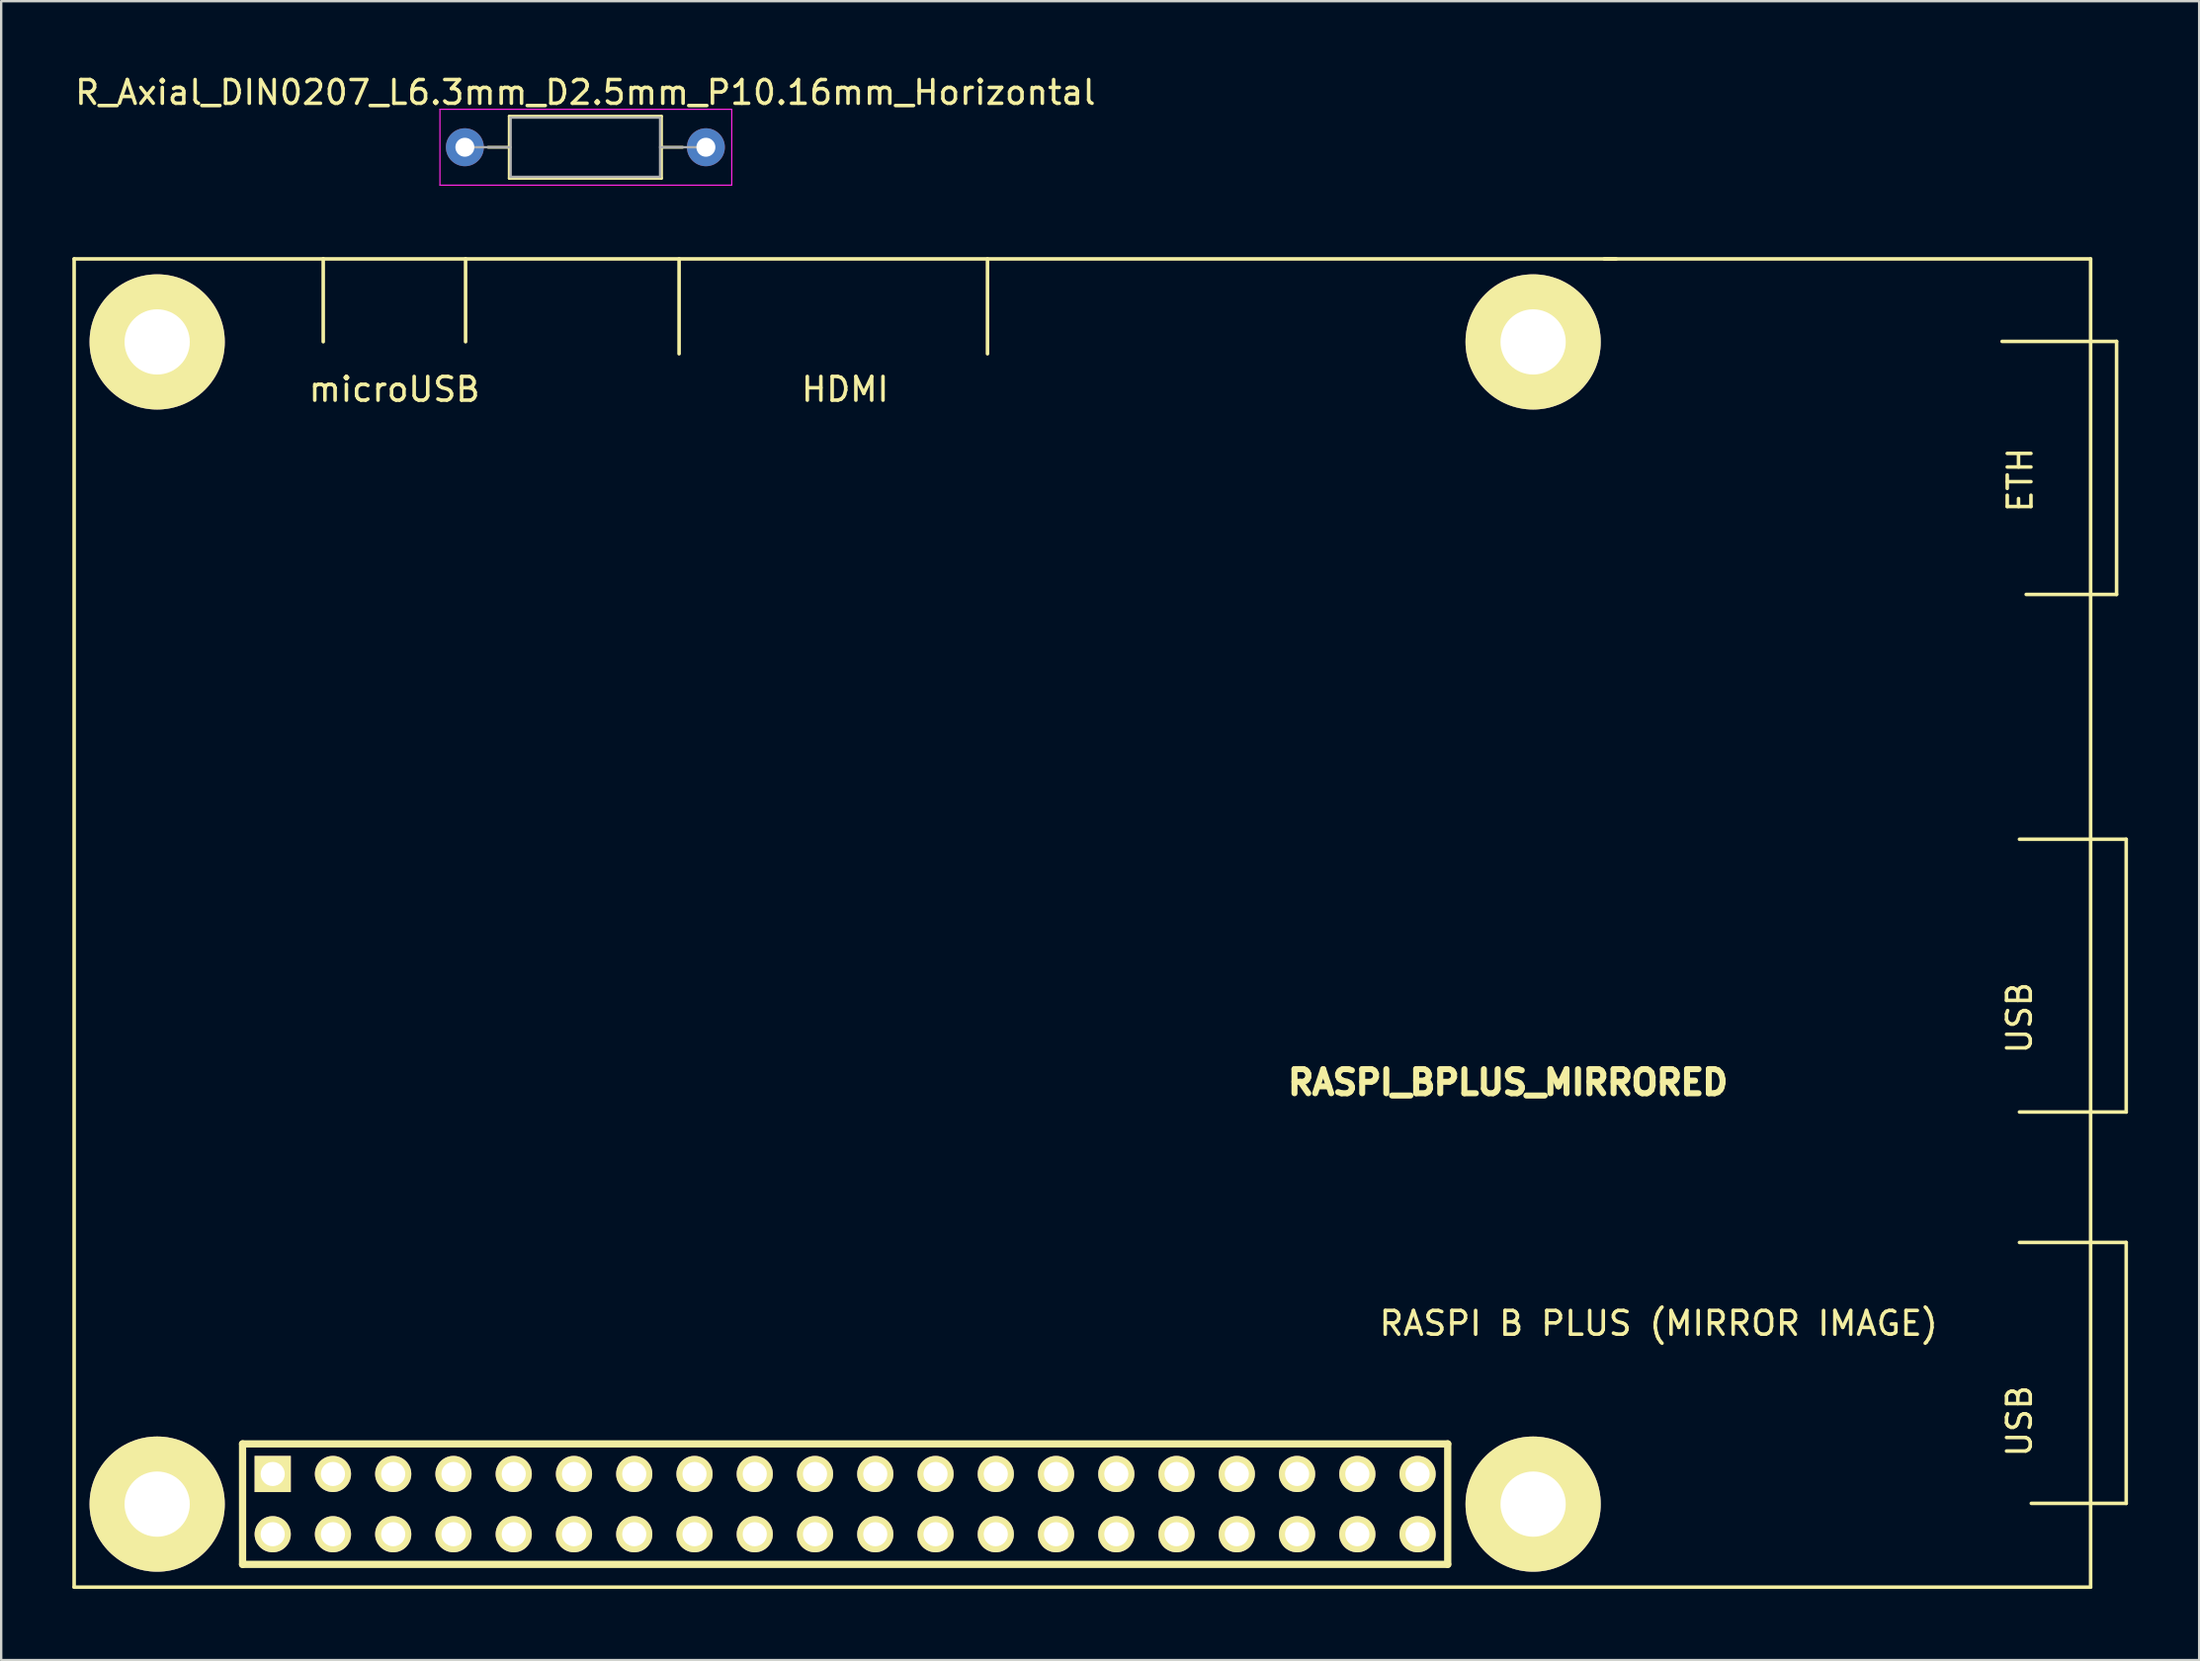
<source format=kicad_pcb>
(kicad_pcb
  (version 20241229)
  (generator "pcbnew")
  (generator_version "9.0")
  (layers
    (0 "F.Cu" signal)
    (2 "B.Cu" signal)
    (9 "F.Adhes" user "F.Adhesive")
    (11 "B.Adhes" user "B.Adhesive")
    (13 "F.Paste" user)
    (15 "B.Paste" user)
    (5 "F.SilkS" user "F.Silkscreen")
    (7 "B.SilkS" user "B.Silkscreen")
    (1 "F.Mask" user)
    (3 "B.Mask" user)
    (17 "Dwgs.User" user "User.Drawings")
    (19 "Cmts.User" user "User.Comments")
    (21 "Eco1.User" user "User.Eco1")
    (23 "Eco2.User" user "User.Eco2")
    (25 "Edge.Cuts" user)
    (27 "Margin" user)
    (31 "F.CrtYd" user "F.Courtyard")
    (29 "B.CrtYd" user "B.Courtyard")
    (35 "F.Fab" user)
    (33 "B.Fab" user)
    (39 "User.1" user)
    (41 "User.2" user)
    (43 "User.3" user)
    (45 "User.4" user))
  (footprint "R_Axial_DIN0207_L6.3mm_D2.5mm_P10.16mm_Horizontal"
    (layer "F.Cu")
    (at 16.545 3.158)
    (property "Reference" "R_Axial_DIN0207_L6.3mm_D2.5mm_P10.16mm_Horizontal" (at 5.08 -2.31 0) (layer "F.SilkS") (effects (font (size 1 1) (thickness 0.15))))
    (attr through_hole)
    (fp_line (start 0.98 0) (end 1.87 0) (stroke (width 0.12) (type solid)) (layer "F.SilkS"))
    (fp_line (start 1.87 -1.31) (end 1.87 1.31) (stroke (width 0.12) (type solid)) (layer "F.SilkS"))
    (fp_line (start 1.87 1.31) (end 8.29 1.31) (stroke (width 0.12) (type solid)) (layer "F.SilkS"))
    (fp_line (start 8.29 -1.31) (end 1.87 -1.31) (stroke (width 0.12) (type solid)) (layer "F.SilkS"))
    (fp_line (start 8.29 1.31) (end 8.29 -1.31) (stroke (width 0.12) (type solid)) (layer "F.SilkS"))
    (fp_line (start 9.18 0) (end 8.29 0) (stroke (width 0.12) (type solid)) (layer "F.SilkS"))
    (fp_line (start -1.05 -1.6) (end -1.05 1.6) (stroke (width 0.05) (type solid)) (layer "F.CrtYd"))
    (fp_line (start -1.05 1.6) (end 11.25 1.6) (stroke (width 0.05) (type solid)) (layer "F.CrtYd"))
    (fp_line (start 11.25 -1.6) (end -1.05 -1.6) (stroke (width 0.05) (type solid)) (layer "F.CrtYd"))
    (fp_line (start 11.25 1.6) (end 11.25 -1.6) (stroke (width 0.05) (type solid)) (layer "F.CrtYd"))
    (fp_line (start 0 0) (end 1.93 0) (stroke (width 0.1) (type solid)) (layer "F.Fab"))
    (fp_line (start 1.93 -1.25) (end 1.93 1.25) (stroke (width 0.1) (type solid)) (layer "F.Fab"))
    (fp_line (start 1.93 1.25) (end 8.23 1.25) (stroke (width 0.1) (type solid)) (layer "F.Fab"))
    (fp_line (start 8.23 -1.25) (end 1.93 -1.25) (stroke (width 0.1) (type solid)) (layer "F.Fab"))
    (fp_line (start 8.23 1.25) (end 8.23 -1.25) (stroke (width 0.1) (type solid)) (layer "F.Fab"))
    (fp_line (start 10.16 0) (end 8.23 0) (stroke (width 0.1) (type solid)) (layer "F.Fab"))
    (pad "1" thru_hole circle (at 0 0) (size 1.6 1.6) (drill 0.8) (layers "*.Cu" "*.Mask"))
    (pad "2" thru_hole oval (at 10.16 0) (size 1.6 1.6) (drill 0.8) (layers "*.Cu" "*.Mask")))
  (footprint "RASPI_BPLUS_MIRRORED"
    (layer "F.Cu")
    (at 32.575 60.366)
    (property "Reference" "RASPI_BPLUS_MIRRORED" (at 27.94 -17.78 0) (layer "F.SilkS") (effects (font (size 1.016 1.016) (thickness 0.274))))
    (attr through_hole)
    (fp_line (start -32.5 -52.5) (end -32.5 3.5) (stroke (width 0.15) (type solid)) (layer "F.SilkS"))
    (fp_line (start -32.5 -52.5) (end 32.5 -52.5) (stroke (width 0.15) (type solid)) (layer "F.SilkS"))
    (fp_line (start -32.5 3.5) (end 52.5 3.5) (stroke (width 0.15) (type solid)) (layer "F.SilkS"))
    (fp_line (start -25.4 -2.54) (end -25.4 2.54) (stroke (width 0.305) (type solid)) (layer "F.SilkS"))
    (fp_line (start -22 -49.008) (end -22 -52.508) (stroke (width 0.15) (type solid)) (layer "F.SilkS"))
    (fp_line (start -16 -49.008) (end -16 -52.508) (stroke (width 0.15) (type solid)) (layer "F.SilkS"))
    (fp_line (start -7 -48.5) (end -7 -52.5) (stroke (width 0.15) (type solid)) (layer "F.SilkS"))
    (fp_line (start 6 -48.5) (end 6 -52.5) (stroke (width 0.15) (type solid)) (layer "F.SilkS"))
    (fp_line (start 25.4 -2.54) (end -25.4 -2.54) (stroke (width 0.305) (type solid)) (layer "F.SilkS"))
    (fp_line (start 25.4 -2.54) (end 25.4 2.54) (stroke (width 0.305) (type solid)) (layer "F.SilkS"))
    (fp_line (start 25.4 2.54) (end -25.4 2.54) (stroke (width 0.305) (type solid)) (layer "F.SilkS"))
    (fp_line (start 48.768 -49.022) (end 53.594 -49.022) (stroke (width 0.15) (type solid)) (layer "F.SilkS"))
    (fp_line (start 49.5 -28.032) (end 54 -28.032) (stroke (width 0.15) (type solid)) (layer "F.SilkS"))
    (fp_line (start 49.5 -11.032) (end 54 -11.032) (stroke (width 0.15) (type solid)) (layer "F.SilkS"))
    (fp_line (start 52.5 -52.5) (end 32 -52.5) (stroke (width 0.15) (type solid)) (layer "F.SilkS"))
    (fp_line (start 52.5 -52.5) (end 52.5 3.5) (stroke (width 0.15) (type solid)) (layer "F.SilkS"))
    (fp_line (start 53.594 -49.022) (end 53.594 -38.354) (stroke (width 0.15) (type solid)) (layer "F.SilkS"))
    (fp_line (start 53.594 -38.354) (end 49.784 -38.354) (stroke (width 0.15) (type solid)) (layer "F.SilkS"))
    (fp_line (start 54 -28.032) (end 54 -16.532) (stroke (width 0.15) (type solid)) (layer "F.SilkS"))
    (fp_line (start 54 -16.532) (end 49.5 -16.532) (stroke (width 0.15) (type solid)) (layer "F.SilkS"))
    (fp_line (start 54 -11.032) (end 54 -0.032) (stroke (width 0.15) (type solid)) (layer "F.SilkS"))
    (fp_line (start 54 -0.032) (end 50 -0.032) (stroke (width 0.15) (type solid)) (layer "F.SilkS"))
    (fp_text user "RASPI B PLUS (MIRROR IMAGE)" (at 34.29 -7.62 0) (layer "F.SilkS") (effects (font (size 1 1) (thickness 0.15))))
    (fp_text user "USB" (at 49.5 -3.5 90) (layer "F.SilkS") (effects (font (size 1 1) (thickness 0.15))))
    (fp_text user "USB" (at 49.5 -20.5 90) (layer "F.SilkS") (effects (font (size 1 1) (thickness 0.15))))
    (fp_text user "microUSB" (at -19 -47 0) (layer "F.SilkS") (effects (font (size 1 1) (thickness 0.15))))
    (fp_text user "HDMI" (at 0 -47 0) (layer "F.SilkS") (effects (font (size 1 1) (thickness 0.15))))
    (fp_text user "ETH" (at 49.53 -43.18 90) (layer "F.SilkS") (effects (font (size 1 1) (thickness 0.15))))
    (pad "1" thru_hole rect (at -24.13 -1.27) (size 1.524 1.524) (drill 1.016) (layers "*.Cu" "*.Mask" "F.SilkS"))
    (pad "2" thru_hole circle (at -24.13 1.27) (size 1.524 1.524) (drill 1.016) (layers "*.Cu" "*.Mask" "F.SilkS"))
    (pad "3" thru_hole circle (at -21.59 -1.27) (size 1.524 1.524) (drill 1.016) (layers "*.Cu" "*.Mask" "F.SilkS"))
    (pad "4" thru_hole circle (at -21.59 1.27) (size 1.524 1.524) (drill 1.016) (layers "*.Cu" "*.Mask" "F.SilkS"))
    (pad "5" thru_hole circle (at -19.05 -1.27) (size 1.524 1.524) (drill 1.016) (layers "*.Cu" "*.Mask" "F.SilkS"))
    (pad "6" thru_hole circle (at -19.05 1.27) (size 1.524 1.524) (drill 1.016) (layers "*.Cu" "*.Mask" "F.SilkS"))
    (pad "7" thru_hole circle (at -16.51 -1.27) (size 1.524 1.524) (drill 1.016) (layers "*.Cu" "*.Mask" "F.SilkS"))
    (pad "8" thru_hole circle (at -16.51 1.27) (size 1.524 1.524) (drill 1.016) (layers "*.Cu" "*.Mask" "F.SilkS"))
    (pad "9" thru_hole circle (at -13.97 -1.27) (size 1.524 1.524) (drill 1.016) (layers "*.Cu" "*.Mask" "F.SilkS"))
    (pad "10" thru_hole circle (at -13.97 1.27) (size 1.524 1.524) (drill 1.016) (layers "*.Cu" "*.Mask" "F.SilkS"))
    (pad "11" thru_hole circle (at -11.43 -1.27) (size 1.524 1.524) (drill 1.016) (layers "*.Cu" "*.Mask" "F.SilkS"))
    (pad "12" thru_hole circle (at -11.43 1.27) (size 1.524 1.524) (drill 1.016) (layers "*.Cu" "*.Mask" "F.SilkS"))
    (pad "13" thru_hole circle (at -8.89 -1.27) (size 1.524 1.524) (drill 1.016) (layers "*.Cu" "*.Mask" "F.SilkS"))
    (pad "14" thru_hole circle (at -8.89 1.27) (size 1.524 1.524) (drill 1.016) (layers "*.Cu" "*.Mask" "F.SilkS"))
    (pad "15" thru_hole circle (at -6.35 -1.27) (size 1.524 1.524) (drill 1.016) (layers "*.Cu" "*.Mask" "F.SilkS"))
    (pad "16" thru_hole circle (at -6.35 1.27) (size 1.524 1.524) (drill 1.016) (layers "*.Cu" "*.Mask" "F.SilkS"))
    (pad "17" thru_hole circle (at -3.81 -1.27) (size 1.524 1.524) (drill 1.016) (layers "*.Cu" "*.Mask" "F.SilkS"))
    (pad "18" thru_hole circle (at -3.81 1.27) (size 1.524 1.524) (drill 1.016) (layers "*.Cu" "*.Mask" "F.SilkS"))
    (pad "19" thru_hole circle (at -1.27 -1.27) (size 1.524 1.524) (drill 1.016) (layers "*.Cu" "*.Mask" "F.SilkS"))
    (pad "20" thru_hole circle (at -1.27 1.27) (size 1.524 1.524) (drill 1.016) (layers "*.Cu" "*.Mask" "F.SilkS"))
    (pad "21" thru_hole circle (at 1.27 -1.27) (size 1.524 1.524) (drill 1.016) (layers "*.Cu" "*.Mask" "F.SilkS"))
    (pad "22" thru_hole circle (at 1.27 1.27) (size 1.524 1.524) (drill 1.016) (layers "*.Cu" "*.Mask" "F.SilkS"))
    (pad "23" thru_hole circle (at 3.81 -1.27) (size 1.524 1.524) (drill 1.016) (layers "*.Cu" "*.Mask" "F.SilkS"))
    (pad "24" thru_hole circle (at 3.81 1.27) (size 1.524 1.524) (drill 1.016) (layers "*.Cu" "*.Mask" "F.SilkS"))
    (pad "25" thru_hole circle (at 6.35 -1.27) (size 1.524 1.524) (drill 1.016) (layers "*.Cu" "*.Mask" "F.SilkS"))
    (pad "26" thru_hole circle (at 6.35 1.27) (size 1.524 1.524) (drill 1.016) (layers "*.Cu" "*.Mask" "F.SilkS"))
    (pad "27" thru_hole circle (at 8.89 -1.27) (size 1.524 1.524) (drill 1.016) (layers "*.Cu" "*.Mask" "F.SilkS"))
    (pad "28" thru_hole circle (at 8.89 1.27) (size 1.524 1.524) (drill 1.016) (layers "*.Cu" "*.Mask" "F.SilkS"))
    (pad "29" thru_hole circle (at 11.43 -1.27) (size 1.524 1.524) (drill 1.016) (layers "*.Cu" "*.Mask" "F.SilkS"))
    (pad "30" thru_hole circle (at 11.43 1.27) (size 1.524 1.524) (drill 1.016) (layers "*.Cu" "*.Mask" "F.SilkS"))
    (pad "31" thru_hole circle (at 13.97 -1.27) (size 1.524 1.524) (drill 1.016) (layers "*.Cu" "*.Mask" "F.SilkS"))
    (pad "32" thru_hole circle (at 13.97 1.27) (size 1.524 1.524) (drill 1.016) (layers "*.Cu" "*.Mask" "F.SilkS"))
    (pad "33" thru_hole circle (at 16.51 -1.27) (size 1.524 1.524) (drill 1.016) (layers "*.Cu" "*.Mask" "F.SilkS"))
    (pad "34" thru_hole circle (at 16.51 1.27) (size 1.524 1.524) (drill 1.016) (layers "*.Cu" "*.Mask" "F.SilkS"))
    (pad "35" thru_hole circle (at 19.05 -1.27) (size 1.524 1.524) (drill 1.016) (layers "*.Cu" "*.Mask" "F.SilkS"))
    (pad "36" thru_hole circle (at 19.05 1.27) (size 1.524 1.524) (drill 1.016) (layers "*.Cu" "*.Mask" "F.SilkS"))
    (pad "37" thru_hole circle (at 21.59 -1.27) (size 1.524 1.524) (drill 1.016) (layers "*.Cu" "*.Mask" "F.SilkS"))
    (pad "38" thru_hole circle (at 21.59 1.27) (size 1.524 1.524) (drill 1.016) (layers "*.Cu" "*.Mask" "F.SilkS"))
    (pad "39" thru_hole circle (at 24.13 -1.27) (size 1.524 1.524) (drill 1.016) (layers "*.Cu" "*.Mask" "F.SilkS"))
    (pad "40" thru_hole circle (at 24.13 1.27) (size 1.524 1.524) (drill 1.016) (layers "*.Cu" "*.Mask" "F.SilkS"))
    (pad "H1" thru_hole circle (at -29 -49) (size 5.7 5.7) (drill 2.75) (layers "*.Cu" "*.Mask" "F.SilkS"))
    (pad "H2" thru_hole circle (at -29 0) (size 5.7 5.7) (drill 2.75) (layers "*.Cu" "*.Mask" "F.SilkS"))
    (pad "H3" thru_hole circle (at 29 0) (size 5.7 5.7) (drill 2.75) (layers "*.Cu" "*.Mask" "F.SilkS"))
    (pad "H4" thru_hole circle (at 29 -49) (size 5.7 5.7) (drill 2.75) (layers "*.Cu" "*.Mask" "F.SilkS")))
  (gr_rect
    (start -3 -3)
    (end 89.65 66.941)
    (stroke (width 0.1) (type default))
    (fill no)
    (layer "Edge.Cuts")))
</source>
